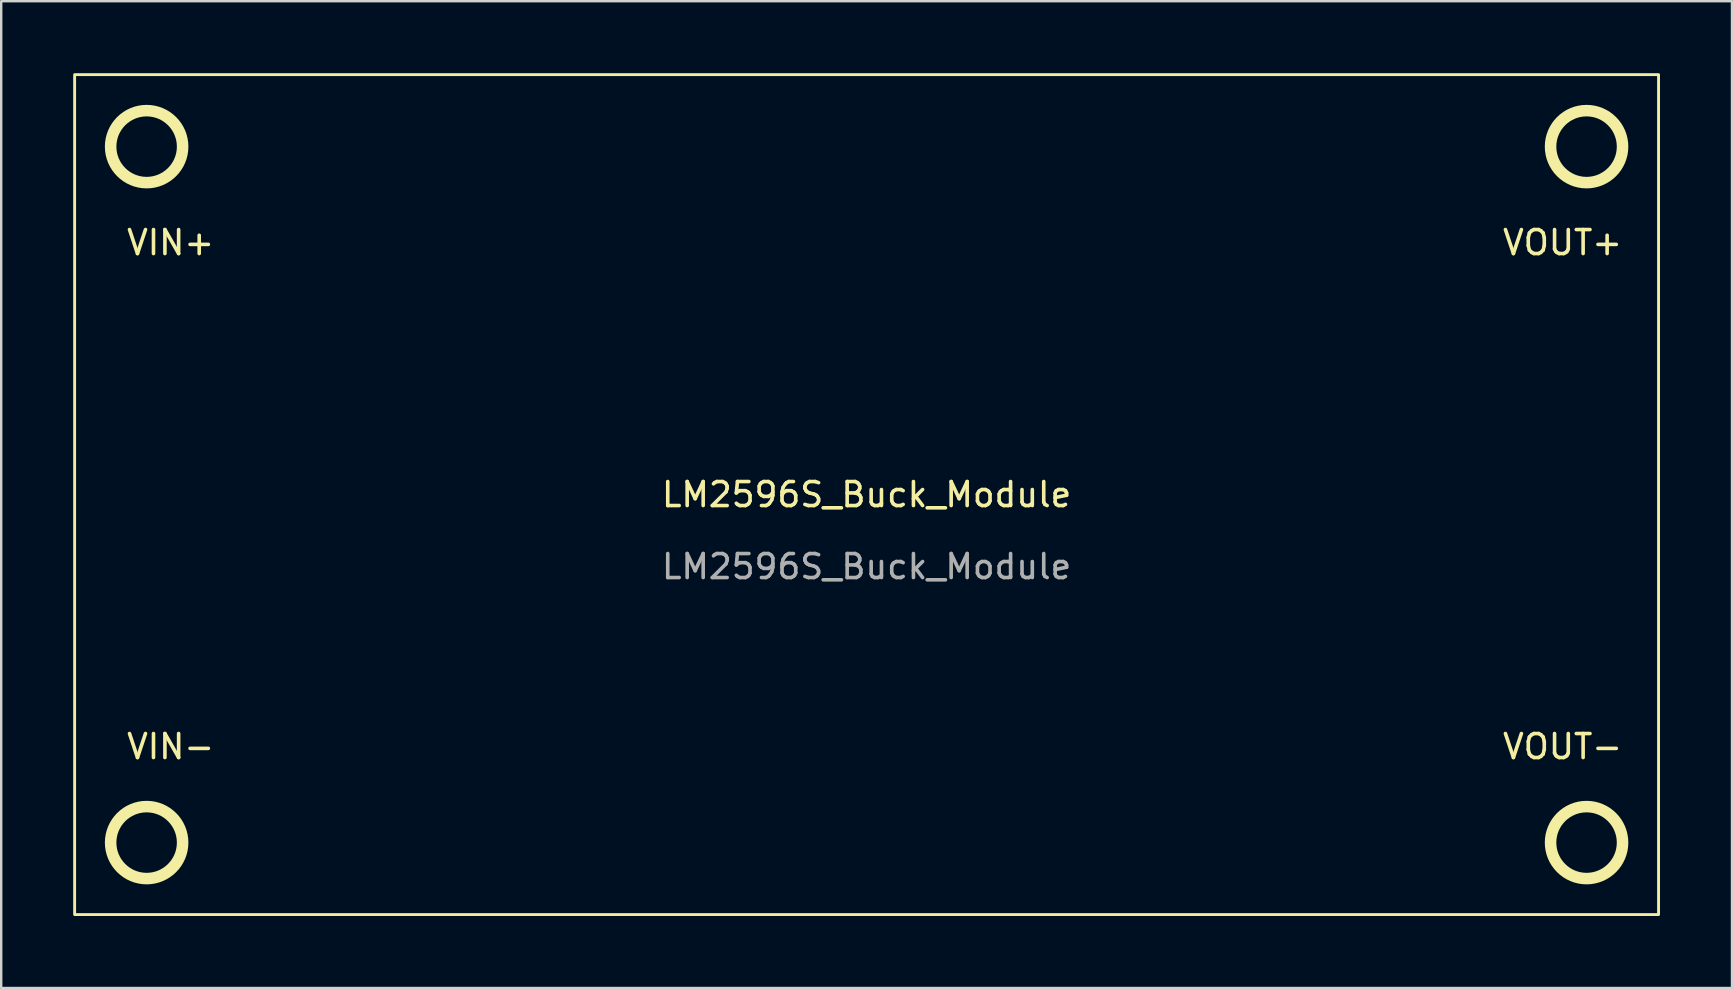
<source format=kicad_pcb>
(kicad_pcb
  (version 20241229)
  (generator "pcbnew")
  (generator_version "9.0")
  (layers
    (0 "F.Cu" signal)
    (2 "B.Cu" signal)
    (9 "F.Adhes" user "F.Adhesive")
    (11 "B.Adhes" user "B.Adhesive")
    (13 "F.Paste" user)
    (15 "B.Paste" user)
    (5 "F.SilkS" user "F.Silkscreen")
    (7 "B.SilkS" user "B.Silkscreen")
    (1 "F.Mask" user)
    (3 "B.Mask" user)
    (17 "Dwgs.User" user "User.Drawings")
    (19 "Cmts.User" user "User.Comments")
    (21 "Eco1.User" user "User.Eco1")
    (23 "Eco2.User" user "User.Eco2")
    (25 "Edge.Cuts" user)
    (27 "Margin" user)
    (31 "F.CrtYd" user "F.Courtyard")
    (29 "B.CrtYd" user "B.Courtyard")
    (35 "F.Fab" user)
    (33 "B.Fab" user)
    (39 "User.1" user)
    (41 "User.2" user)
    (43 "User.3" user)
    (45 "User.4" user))
  (footprint "LM2596S_Buck_Module"
    (layer "F.Cu")
    (at 33.06 18.06)
    (property "Reference" "LM2596S_Buck_Module" (at 0 -0.5 0) (unlocked yes) (layer "F.SilkS") (effects (font (size 1 1) (thickness 0.15))))
    (attr through_hole)
    (fp_rect (start -33 -18) (end 33 17) (stroke (width 0.12) (type solid)) (fill no) (layer "F.SilkS"))
    (fp_circle (center -30 -15) (end -28.5 -15) (stroke (width 0.48) (type solid)) (fill no) (layer "F.SilkS"))
    (fp_circle (center -30 14) (end -28.5 14) (stroke (width 0.48) (type solid)) (fill no) (layer "F.SilkS"))
    (fp_circle (center 30 -15) (end 31.5 -15) (stroke (width 0.48) (type solid)) (fill no) (layer "F.SilkS"))
    (fp_circle (center 30 14) (end 31.5 14) (stroke (width 0.48) (type solid)) (fill no) (layer "F.SilkS"))
    (fp_text user "VIN-" (at -29 10 0) (unlocked yes) (layer "F.SilkS") (effects (font (size 1 1) (thickness 0.15))))
    (fp_text user "VOUT-" (at 29 10 0) (unlocked yes) (layer "F.SilkS") (effects (font (size 1 1) (thickness 0.15))))
    (fp_text user "VOUT+" (at 29 -11 0) (unlocked yes) (layer "F.SilkS") (effects (font (size 1 1) (thickness 0.15))))
    (fp_text user "VIN+" (at -29 -11 0) (unlocked yes) (layer "F.SilkS") (effects (font (size 1 1) (thickness 0.15))))
    (fp_text user "${REFERENCE}" (at 0 2.5 0) (unlocked yes) (layer "F.Fab") (effects (font (size 1 1) (thickness 0.15)))))
  (gr_rect
    (start -3 -3)
    (end 69.12 38.12)
    (stroke (width 0.1) (type default))
    (fill no)
    (layer "Edge.Cuts")))
</source>
